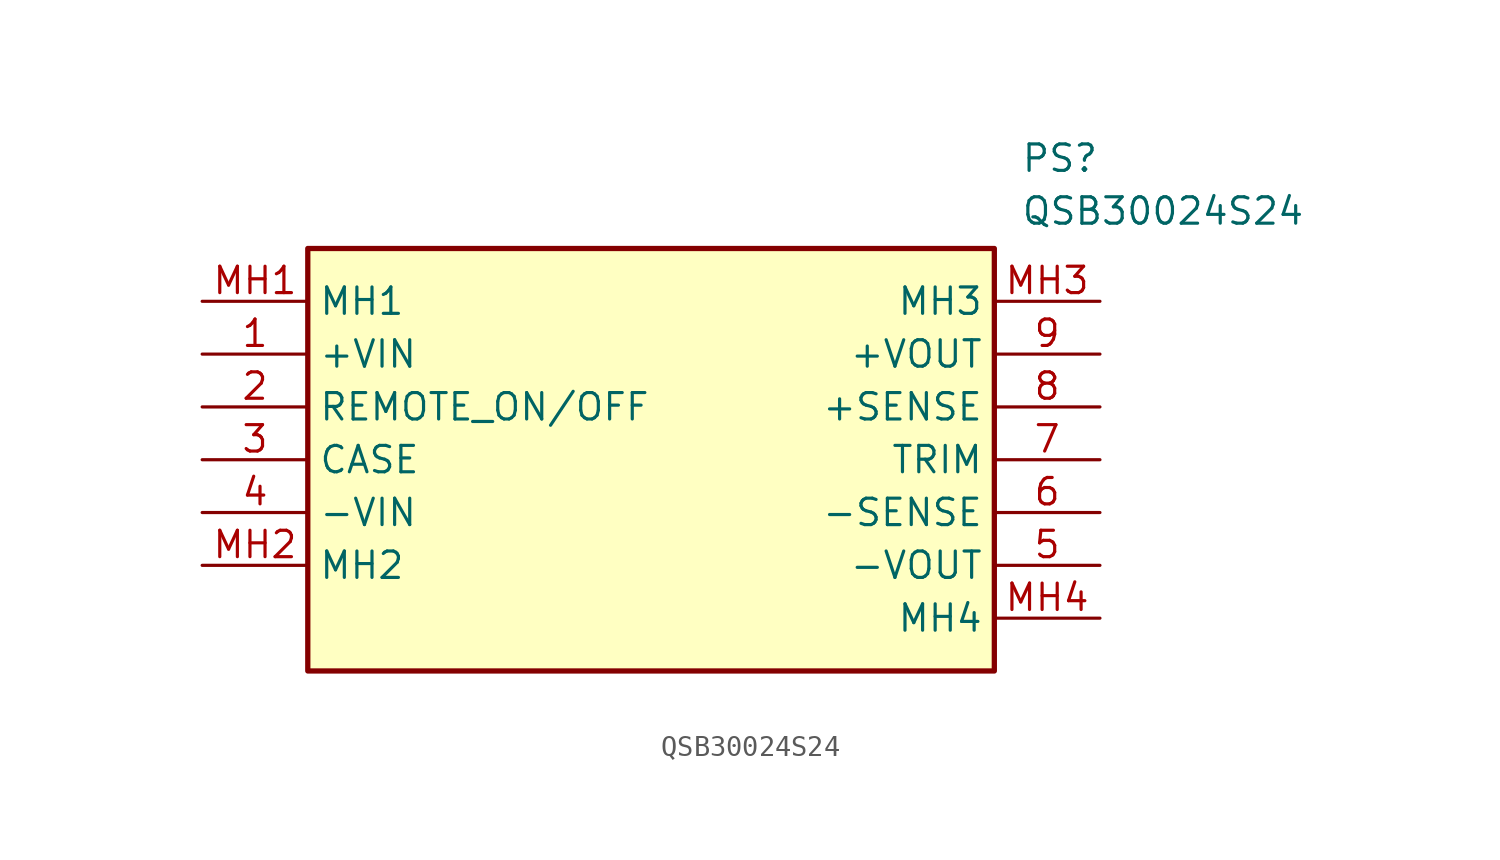
<source format=kicad_sym>
(kicad_symbol_lib
  (version 20220914)
  (generator kicad_symbol_editor)
  (symbol "QSB30024S24"
    (property "Reference" "PS"
      (at 39.37 7.62 0)
      (effects (font (size 1.27 1.27)) (justify left top)))
    (property "Value" "QSB30024S24"
      (at 39.37 5.08 0)
      (effects (font (size 1.27 1.27)) (justify left top)))
    (symbol "QSB30024S24_1_1"
      (rectangle (start 5.08 2.54) (end 38.1 -17.78) (stroke (width 0.254) (type default)) (fill (type background)))
      (pin passive line (at 0 -2.54 0) (length 5.08) (name "+VIN" (effects (font (size 1.27 1.27)))) (number "1" (effects (font (size 1.27 1.27)))))
      (pin passive line (at 0 -5.08 0) (length 5.08) (name "REMOTE_ON/OFF" (effects (font (size 1.27 1.27)))) (number "2" (effects (font (size 1.27 1.27)))))
      (pin passive line (at 0 -7.62 0) (length 5.08) (name "CASE" (effects (font (size 1.27 1.27)))) (number "3" (effects (font (size 1.27 1.27)))))
      (pin passive line (at 0 -10.16 0) (length 5.08) (name "-VIN" (effects (font (size 1.27 1.27)))) (number "4" (effects (font (size 1.27 1.27)))))
      (pin passive line (at 43.18 -12.7 180) (length 5.08) (name "-VOUT" (effects (font (size 1.27 1.27)))) (number "5" (effects (font (size 1.27 1.27)))))
      (pin passive line (at 43.18 -10.16 180) (length 5.08) (name "-SENSE" (effects (font (size 1.27 1.27)))) (number "6" (effects (font (size 1.27 1.27)))))
      (pin passive line (at 43.18 -7.62 180) (length 5.08) (name "TRIM" (effects (font (size 1.27 1.27)))) (number "7" (effects (font (size 1.27 1.27)))))
      (pin passive line (at 43.18 -5.08 180) (length 5.08) (name "+SENSE" (effects (font (size 1.27 1.27)))) (number "8" (effects (font (size 1.27 1.27)))))
      (pin passive line (at 43.18 -2.54 180) (length 5.08) (name "+VOUT" (effects (font (size 1.27 1.27)))) (number "9" (effects (font (size 1.27 1.27)))))
      (pin passive line (at 0 0 0) (length 5.08) (name "MH1" (effects (font (size 1.27 1.27)))) (number "MH1" (effects (font (size 1.27 1.27)))))
      (pin passive line (at 0 -12.7 0) (length 5.08) (name "MH2" (effects (font (size 1.27 1.27)))) (number "MH2" (effects (font (size 1.27 1.27)))))
      (pin passive line (at 43.18 0 180) (length 5.08) (name "MH3" (effects (font (size 1.27 1.27)))) (number "MH3" (effects (font (size 1.27 1.27)))))
      (pin passive line (at 43.18 -15.24 180) (length 5.08) (name "MH4" (effects (font (size 1.27 1.27)))) (number "MH4" (effects (font (size 1.27 1.27))))))))
</source>
